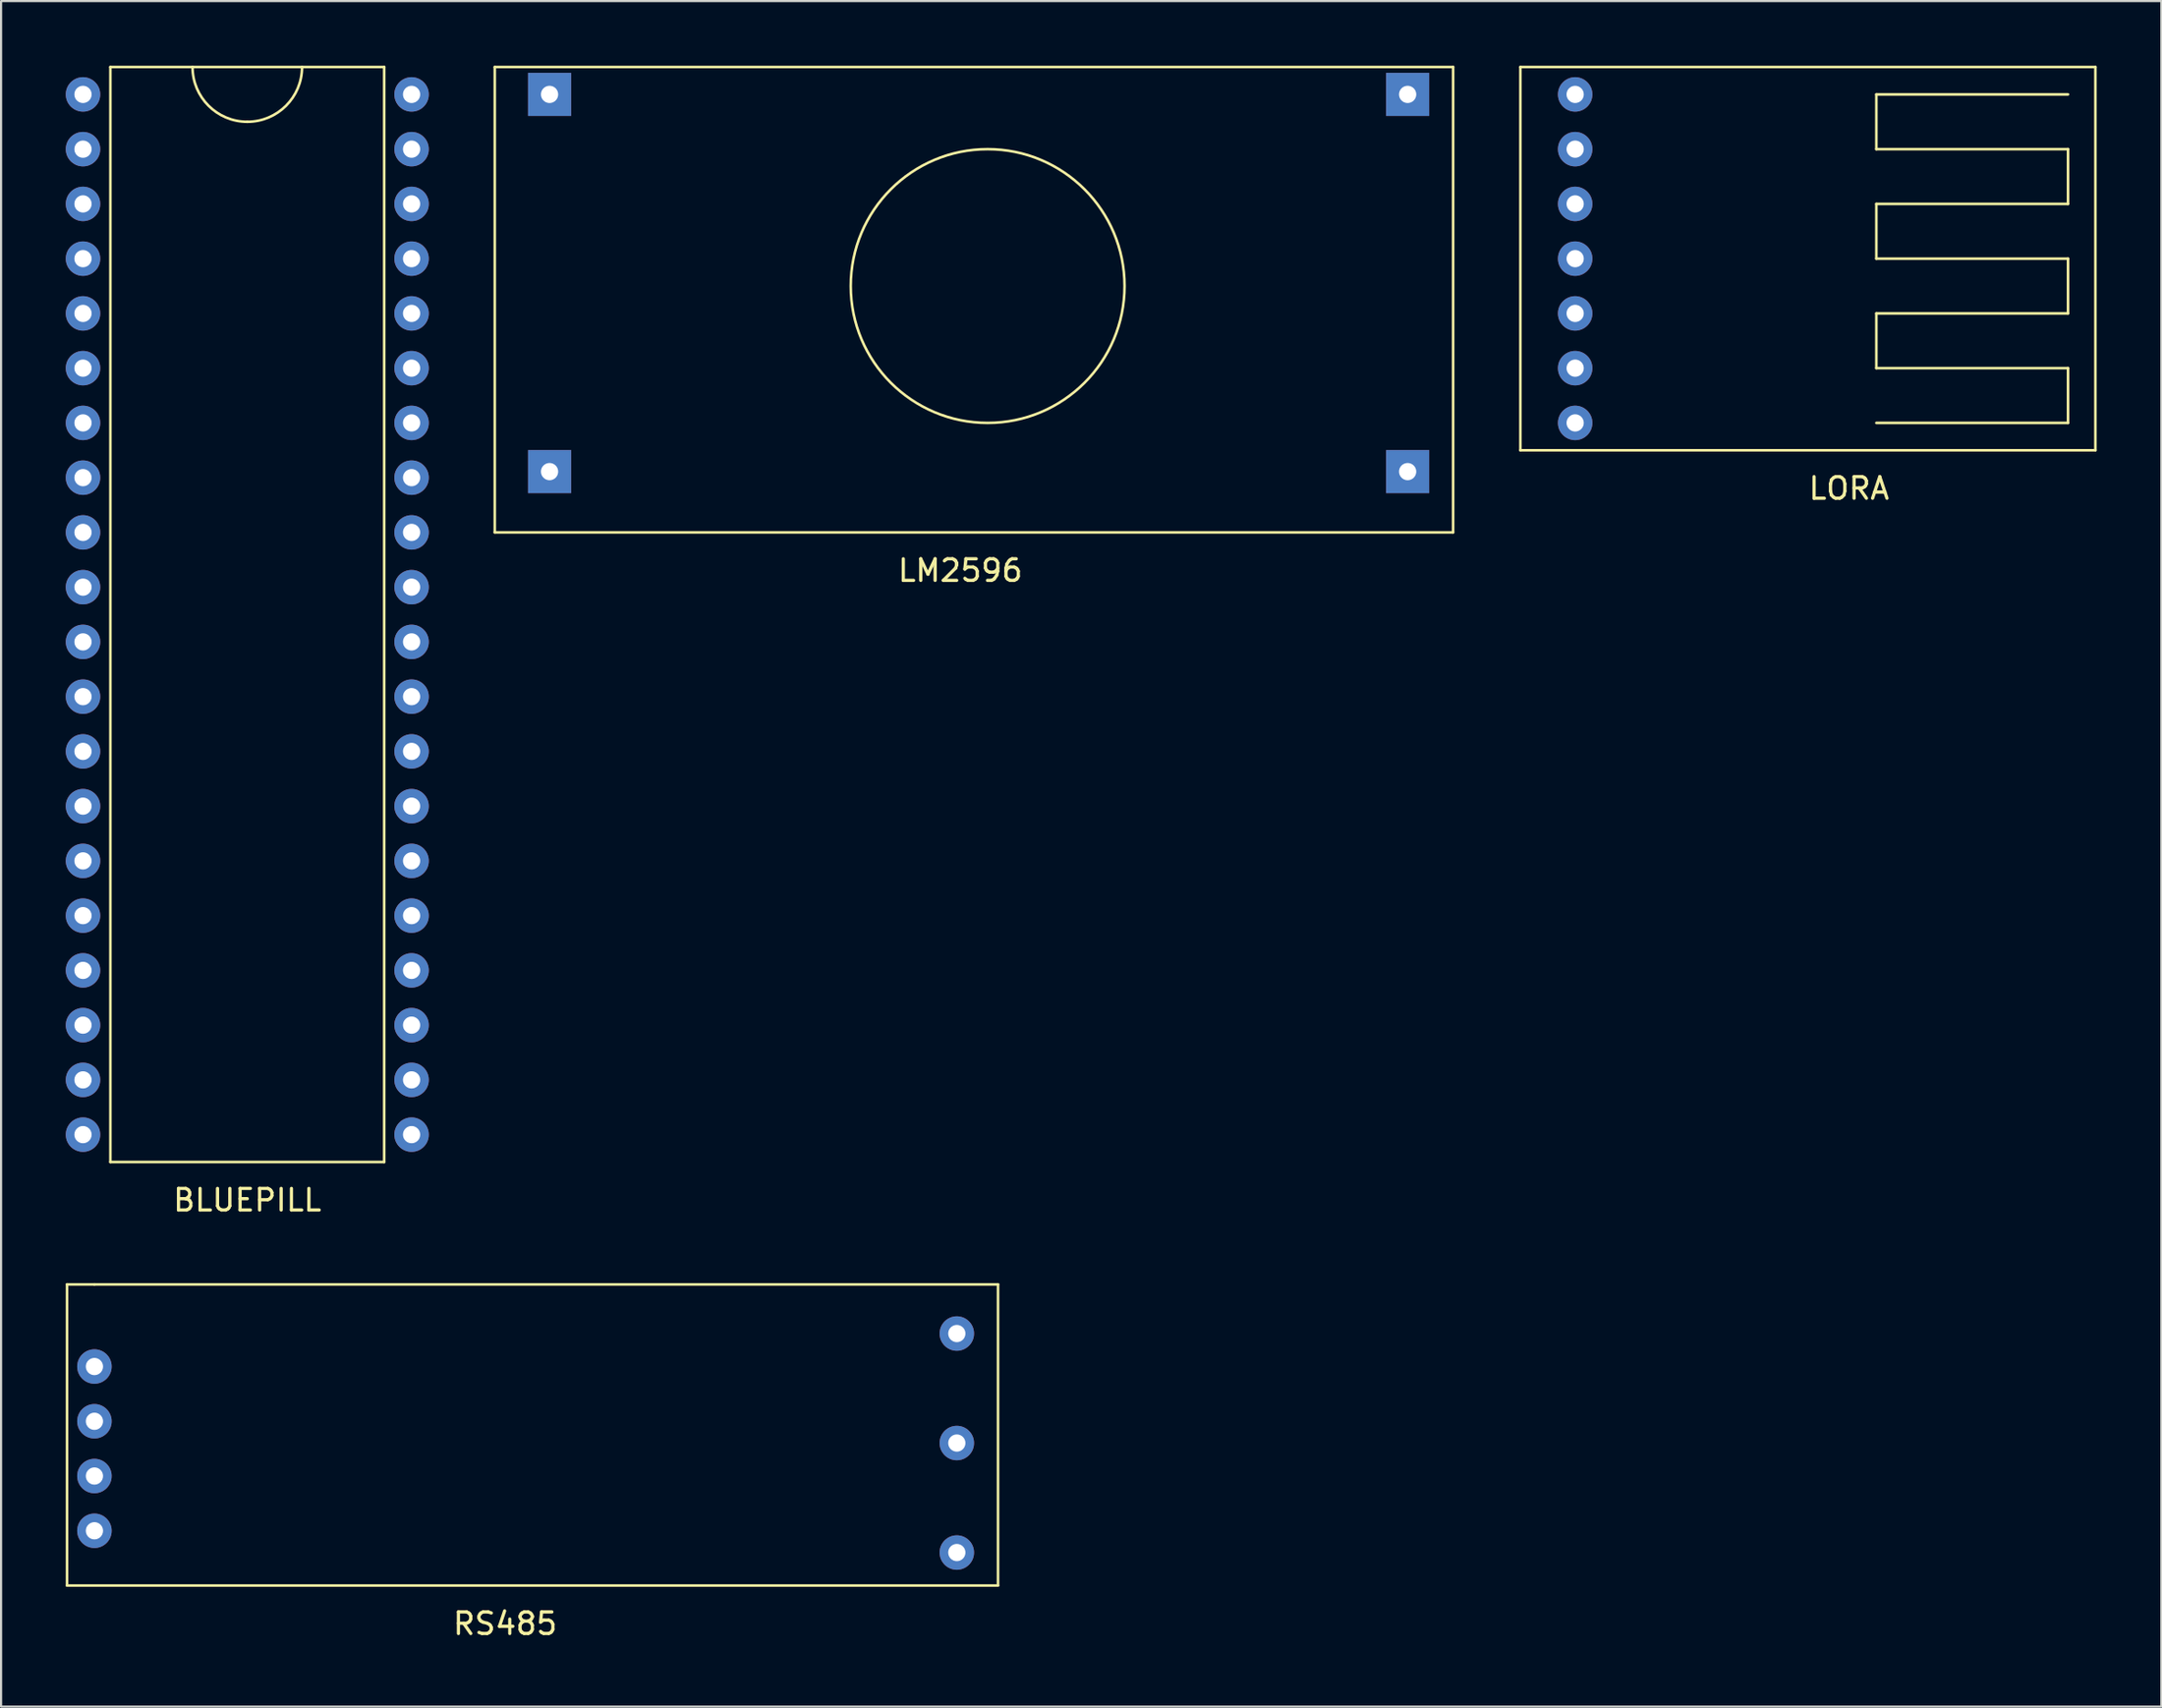
<source format=kicad_pcb>
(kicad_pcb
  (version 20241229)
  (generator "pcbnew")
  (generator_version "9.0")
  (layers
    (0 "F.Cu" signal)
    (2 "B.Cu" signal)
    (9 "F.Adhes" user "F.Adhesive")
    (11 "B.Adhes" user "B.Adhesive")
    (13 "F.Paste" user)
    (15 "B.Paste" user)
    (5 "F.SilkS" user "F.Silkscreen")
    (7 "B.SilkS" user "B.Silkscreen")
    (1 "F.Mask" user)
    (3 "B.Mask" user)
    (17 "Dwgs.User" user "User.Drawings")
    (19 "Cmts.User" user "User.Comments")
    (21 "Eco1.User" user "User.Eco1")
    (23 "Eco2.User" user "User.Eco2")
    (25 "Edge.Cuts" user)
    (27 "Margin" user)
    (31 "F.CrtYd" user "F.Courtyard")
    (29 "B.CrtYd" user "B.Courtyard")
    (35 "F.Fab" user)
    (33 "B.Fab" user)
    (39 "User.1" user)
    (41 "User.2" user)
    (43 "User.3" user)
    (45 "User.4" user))
  (footprint "BLUEPILL"
    (layer "F.Cu")
    (at 8.42 6.41)
    (property "Reference" "BLUEPILL" (at 0 46.22 0) (layer "F.SilkS") (effects (font (size 1 1) (thickness 0.15))))
    (attr through_hole)
    (fp_line (start -6.35 -6.35) (end -6.35 44.45) (stroke (width 0.12) (type solid)) (layer "F.SilkS"))
    (fp_line (start -6.35 44.45) (end 6.35 44.45) (stroke (width 0.12) (type solid)) (layer "F.SilkS"))
    (fp_line (start 6.35 -6.35) (end -6.35 -6.35) (stroke (width 0.12) (type solid)) (layer "F.SilkS"))
    (fp_line (start 6.35 44.45) (end 6.35 -6.35) (stroke (width 0.12) (type solid)) (layer "F.SilkS"))
    (fp_arc (start 0 -3.81) (mid -1.796051 -4.553949) (end -2.54 -6.35) (stroke (width 0.12) (type solid)) (layer "F.SilkS"))
    (fp_arc (start 2.54 -6.35) (mid 1.796051 -4.553949) (end 0 -3.81) (stroke (width 0.12) (type solid)) (layer "F.SilkS"))
    (pad "1" thru_hole circle (at -7.62 -5.08) (size 1.6 1.6) (drill 0.8) (layers "*.Cu" "*.Mask"))
    (pad "2" thru_hole circle (at -7.62 -2.54) (size 1.6 1.6) (drill 0.8) (layers "*.Cu" "*.Mask"))
    (pad "3" thru_hole circle (at -7.62 0) (size 1.6 1.6) (drill 0.8) (layers "*.Cu" "*.Mask"))
    (pad "4" thru_hole circle (at -7.62 2.54) (size 1.6 1.6) (drill 0.8) (layers "*.Cu" "*.Mask"))
    (pad "5" thru_hole circle (at -7.62 5.08) (size 1.6 1.6) (drill 0.8) (layers "*.Cu" "*.Mask"))
    (pad "6" thru_hole circle (at -7.62 7.62) (size 1.6 1.6) (drill 0.8) (layers "*.Cu" "*.Mask"))
    (pad "7" thru_hole circle (at -7.62 10.16) (size 1.6 1.6) (drill 0.8) (layers "*.Cu" "*.Mask"))
    (pad "8" thru_hole circle (at -7.62 12.7) (size 1.6 1.6) (drill 0.8) (layers "*.Cu" "*.Mask"))
    (pad "9" thru_hole circle (at -7.62 15.24) (size 1.6 1.6) (drill 0.8) (layers "*.Cu" "*.Mask"))
    (pad "10" thru_hole circle (at -7.62 17.78) (size 1.6 1.6) (drill 0.8) (layers "*.Cu" "*.Mask"))
    (pad "11" thru_hole circle (at -7.62 20.32) (size 1.6 1.6) (drill 0.8) (layers "*.Cu" "*.Mask"))
    (pad "12" thru_hole circle (at -7.62 22.86) (size 1.6 1.6) (drill 0.8) (layers "*.Cu" "*.Mask"))
    (pad "13" thru_hole circle (at -7.62 25.4) (size 1.6 1.6) (drill 0.8) (layers "*.Cu" "*.Mask"))
    (pad "14" thru_hole circle (at -7.62 27.94) (size 1.6 1.6) (drill 0.8) (layers "*.Cu" "*.Mask"))
    (pad "15" thru_hole circle (at -7.62 30.48) (size 1.6 1.6) (drill 0.8) (layers "*.Cu" "*.Mask"))
    (pad "16" thru_hole circle (at -7.62 33.02) (size 1.6 1.6) (drill 0.8) (layers "*.Cu" "*.Mask"))
    (pad "17" thru_hole circle (at -7.62 35.56) (size 1.6 1.6) (drill 0.8) (layers "*.Cu" "*.Mask"))
    (pad "18" thru_hole circle (at -7.62 38.1) (size 1.6 1.6) (drill 0.8) (layers "*.Cu" "*.Mask"))
    (pad "19" thru_hole circle (at -7.62 40.64) (size 1.6 1.6) (drill 0.8) (layers "*.Cu" "*.Mask"))
    (pad "20" thru_hole circle (at -7.62 43.18) (size 1.6 1.6) (drill 0.8) (layers "*.Cu" "*.Mask"))
    (pad "21" thru_hole circle (at 7.62 43.18) (size 1.6 1.6) (drill 0.8) (layers "*.Cu" "*.Mask"))
    (pad "22" thru_hole circle (at 7.62 40.64) (size 1.6 1.6) (drill 0.8) (layers "*.Cu" "*.Mask"))
    (pad "23" thru_hole circle (at 7.62 38.1) (size 1.6 1.6) (drill 0.8) (layers "*.Cu" "*.Mask"))
    (pad "24" thru_hole circle (at 7.62 35.56) (size 1.6 1.6) (drill 0.8) (layers "*.Cu" "*.Mask"))
    (pad "25" thru_hole circle (at 7.62 33.02) (size 1.6 1.6) (drill 0.8) (layers "*.Cu" "*.Mask"))
    (pad "26" thru_hole circle (at 7.62 30.48) (size 1.6 1.6) (drill 0.8) (layers "*.Cu" "*.Mask"))
    (pad "27" thru_hole circle (at 7.62 27.94) (size 1.6 1.6) (drill 0.8) (layers "*.Cu" "*.Mask"))
    (pad "28" thru_hole circle (at 7.62 25.4) (size 1.6 1.6) (drill 0.8) (layers "*.Cu" "*.Mask"))
    (pad "29" thru_hole circle (at 7.62 22.86) (size 1.6 1.6) (drill 0.8) (layers "*.Cu" "*.Mask"))
    (pad "30" thru_hole circle (at 7.62 20.32) (size 1.6 1.6) (drill 0.8) (layers "*.Cu" "*.Mask"))
    (pad "31" thru_hole circle (at 7.62 17.78) (size 1.6 1.6) (drill 0.8) (layers "*.Cu" "*.Mask"))
    (pad "32" thru_hole circle (at 7.62 15.24) (size 1.6 1.6) (drill 0.8) (layers "*.Cu" "*.Mask"))
    (pad "33" thru_hole circle (at 7.62 12.7) (size 1.6 1.6) (drill 0.8) (layers "*.Cu" "*.Mask"))
    (pad "34" thru_hole circle (at 7.62 10.16) (size 1.6 1.6) (drill 0.8) (layers "*.Cu" "*.Mask"))
    (pad "35" thru_hole circle (at 7.62 7.62) (size 1.6 1.6) (drill 0.8) (layers "*.Cu" "*.Mask"))
    (pad "36" thru_hole circle (at 7.62 5.08) (size 1.6 1.6) (drill 0.8) (layers "*.Cu" "*.Mask"))
    (pad "37" thru_hole circle (at 7.62 2.54) (size 1.6 1.6) (drill 0.8) (layers "*.Cu" "*.Mask"))
    (pad "38" thru_hole circle (at 7.62 0) (size 1.6 1.6) (drill 0.8) (layers "*.Cu" "*.Mask"))
    (pad "39" thru_hole circle (at 7.62 -2.54) (size 1.6 1.6) (drill 0.8) (layers "*.Cu" "*.Mask"))
    (pad "40" thru_hole circle (at 7.62 -5.08) (size 1.6 1.6) (drill 0.8) (layers "*.Cu" "*.Mask")))
  (footprint "LORA"
    (layer "F.Cu")
    (at 80.17 6.41)
    (property "Reference" "LORA" (at 2.54 13.2 0) (layer "F.SilkS") (effects (font (size 1 1) (thickness 0.15))))
    (attr through_hole)
    (fp_line (start -12.7 -6.35) (end -12.7 11.43) (stroke (width 0.12) (type solid)) (layer "F.SilkS"))
    (fp_line (start -12.7 11.43) (end 13.97 11.43) (stroke (width 0.12) (type solid)) (layer "F.SilkS"))
    (fp_line (start 3.81 -5.08) (end 3.81 -2.54) (stroke (width 0.12) (type solid)) (layer "F.SilkS"))
    (fp_line (start 3.81 -2.54) (end 12.7 -2.54) (stroke (width 0.12) (type solid)) (layer "F.SilkS"))
    (fp_line (start 3.81 0) (end 3.81 2.54) (stroke (width 0.12) (type solid)) (layer "F.SilkS"))
    (fp_line (start 3.81 2.54) (end 12.7 2.54) (stroke (width 0.12) (type solid)) (layer "F.SilkS"))
    (fp_line (start 3.81 5.08) (end 3.81 7.62) (stroke (width 0.12) (type solid)) (layer "F.SilkS"))
    (fp_line (start 3.81 7.62) (end 12.7 7.62) (stroke (width 0.12) (type solid)) (layer "F.SilkS"))
    (fp_line (start 12.7 -5.08) (end 3.81 -5.08) (stroke (width 0.12) (type solid)) (layer "F.SilkS"))
    (fp_line (start 12.7 -2.54) (end 12.7 0) (stroke (width 0.12) (type solid)) (layer "F.SilkS"))
    (fp_line (start 12.7 0) (end 3.81 0) (stroke (width 0.12) (type solid)) (layer "F.SilkS"))
    (fp_line (start 12.7 2.54) (end 12.7 5.08) (stroke (width 0.12) (type solid)) (layer "F.SilkS"))
    (fp_line (start 12.7 5.08) (end 3.81 5.08) (stroke (width 0.12) (type solid)) (layer "F.SilkS"))
    (fp_line (start 12.7 7.62) (end 12.7 10.16) (stroke (width 0.12) (type solid)) (layer "F.SilkS"))
    (fp_line (start 12.7 10.16) (end 3.81 10.16) (stroke (width 0.12) (type solid)) (layer "F.SilkS"))
    (fp_line (start 13.97 -6.35) (end -12.7 -6.35) (stroke (width 0.12) (type solid)) (layer "F.SilkS"))
    (fp_line (start 13.97 11.43) (end 13.97 -6.35) (stroke (width 0.12) (type solid)) (layer "F.SilkS"))
    (pad "1" thru_hole circle (at -10.16 -5.08) (size 1.6 1.6) (drill 0.8) (layers "*.Cu" "*.Mask"))
    (pad "2" thru_hole circle (at -10.16 -2.54) (size 1.6 1.6) (drill 0.8) (layers "*.Cu" "*.Mask"))
    (pad "3" thru_hole circle (at -10.16 0) (size 1.6 1.6) (drill 0.8) (layers "*.Cu" "*.Mask"))
    (pad "4" thru_hole circle (at -10.16 2.54) (size 1.6 1.6) (drill 0.8) (layers "*.Cu" "*.Mask"))
    (pad "5" thru_hole circle (at -10.16 5.08) (size 1.6 1.6) (drill 0.8) (layers "*.Cu" "*.Mask"))
    (pad "6" thru_hole circle (at -10.16 7.62) (size 1.6 1.6) (drill 0.8) (layers "*.Cu" "*.Mask"))
    (pad "7" thru_hole circle (at -10.16 10.16) (size 1.6 1.6) (drill 0.8) (layers "*.Cu" "*.Mask")))
  (footprint "RS485"
    (layer "F.Cu")
    (at 24.19 65.428)
    (property "Reference" "RS485" (at -3.81 6.85 0) (layer "F.SilkS") (effects (font (size 1 1) (thickness 0.15))))
    (attr through_hole)
    (fp_line (start -24.13 -8.89) (end -22.86 -8.89) (stroke (width 0.12) (type solid)) (layer "F.SilkS"))
    (fp_line (start -24.13 5.08) (end -24.13 -8.89) (stroke (width 0.12) (type solid)) (layer "F.SilkS"))
    (fp_line (start -22.86 -8.89) (end 19.05 -8.89) (stroke (width 0.12) (type solid)) (layer "F.SilkS"))
    (fp_line (start 19.05 -8.89) (end 19.05 5.08) (stroke (width 0.12) (type solid)) (layer "F.SilkS"))
    (fp_line (start 19.05 5.08) (end -24.13 5.08) (stroke (width 0.12) (type solid)) (layer "F.SilkS"))
    (pad "1" thru_hole circle (at -22.86 -5.08) (size 1.6 1.6) (drill 0.8) (layers "*.Cu" "*.Mask"))
    (pad "2" thru_hole circle (at -22.86 -2.54) (size 1.6 1.6) (drill 0.8) (layers "*.Cu" "*.Mask"))
    (pad "3" thru_hole circle (at -22.86 0) (size 1.6 1.6) (drill 0.8) (layers "*.Cu" "*.Mask"))
    (pad "4" thru_hole circle (at -22.86 2.54) (size 1.6 1.6) (drill 0.8) (layers "*.Cu" "*.Mask"))
    (pad "5" thru_hole circle (at 17.14 -6.61) (size 1.6 1.6) (drill 0.8) (layers "*.Cu" "*.Mask"))
    (pad "6" thru_hole circle (at 17.14 -1.53) (size 1.6 1.6) (drill 0.8) (layers "*.Cu" "*.Mask"))
    (pad "7" thru_hole circle (at 17.14 3.55) (size 1.6 1.6) (drill 0.8) (layers "*.Cu" "*.Mask")))
  (footprint "LM2596"
    (layer "F.Cu")
    (at 35.14 5.14)
    (property "Reference" "LM2596" (at 6.35 18.28 0) (layer "F.SilkS") (effects (font (size 1 1) (thickness 0.15))))
    (attr through_hole)
    (fp_line (start -15.24 -5.08) (end 29.21 -5.08) (stroke (width 0.12) (type solid)) (layer "F.SilkS"))
    (fp_line (start -15.24 16.51) (end -15.24 -5.08) (stroke (width 0.12) (type solid)) (layer "F.SilkS"))
    (fp_line (start 29.21 -5.08) (end 29.21 16.51) (stroke (width 0.12) (type solid)) (layer "F.SilkS"))
    (fp_line (start 29.21 16.51) (end -15.24 16.51) (stroke (width 0.12) (type solid)) (layer "F.SilkS"))
    (fp_circle (center 7.62 5.08) (end 12.7 8.89) (stroke (width 0.12) (type solid)) (fill no) (layer "F.SilkS"))
    (pad "1" thru_hole rect (at -12.7 -3.81) (size 2 2) (drill 0.8) (layers "*.Cu" "*.Mask"))
    (pad "2" thru_hole rect (at -12.7 13.69) (size 2 2) (drill 0.8) (layers "*.Cu" "*.Mask"))
    (pad "3" thru_hole rect (at 27.1 -3.81) (size 2 2) (drill 0.8) (layers "*.Cu" "*.Mask"))
    (pad "4" thru_hole rect (at 27.1 13.69) (size 2 2) (drill 0.8) (layers "*.Cu" "*.Mask")))
  (gr_rect
    (start -3 -3)
    (end 97.2 76.126)
    (stroke (width 0.1) (type default))
    (fill no)
    (layer "Edge.Cuts")))
</source>
